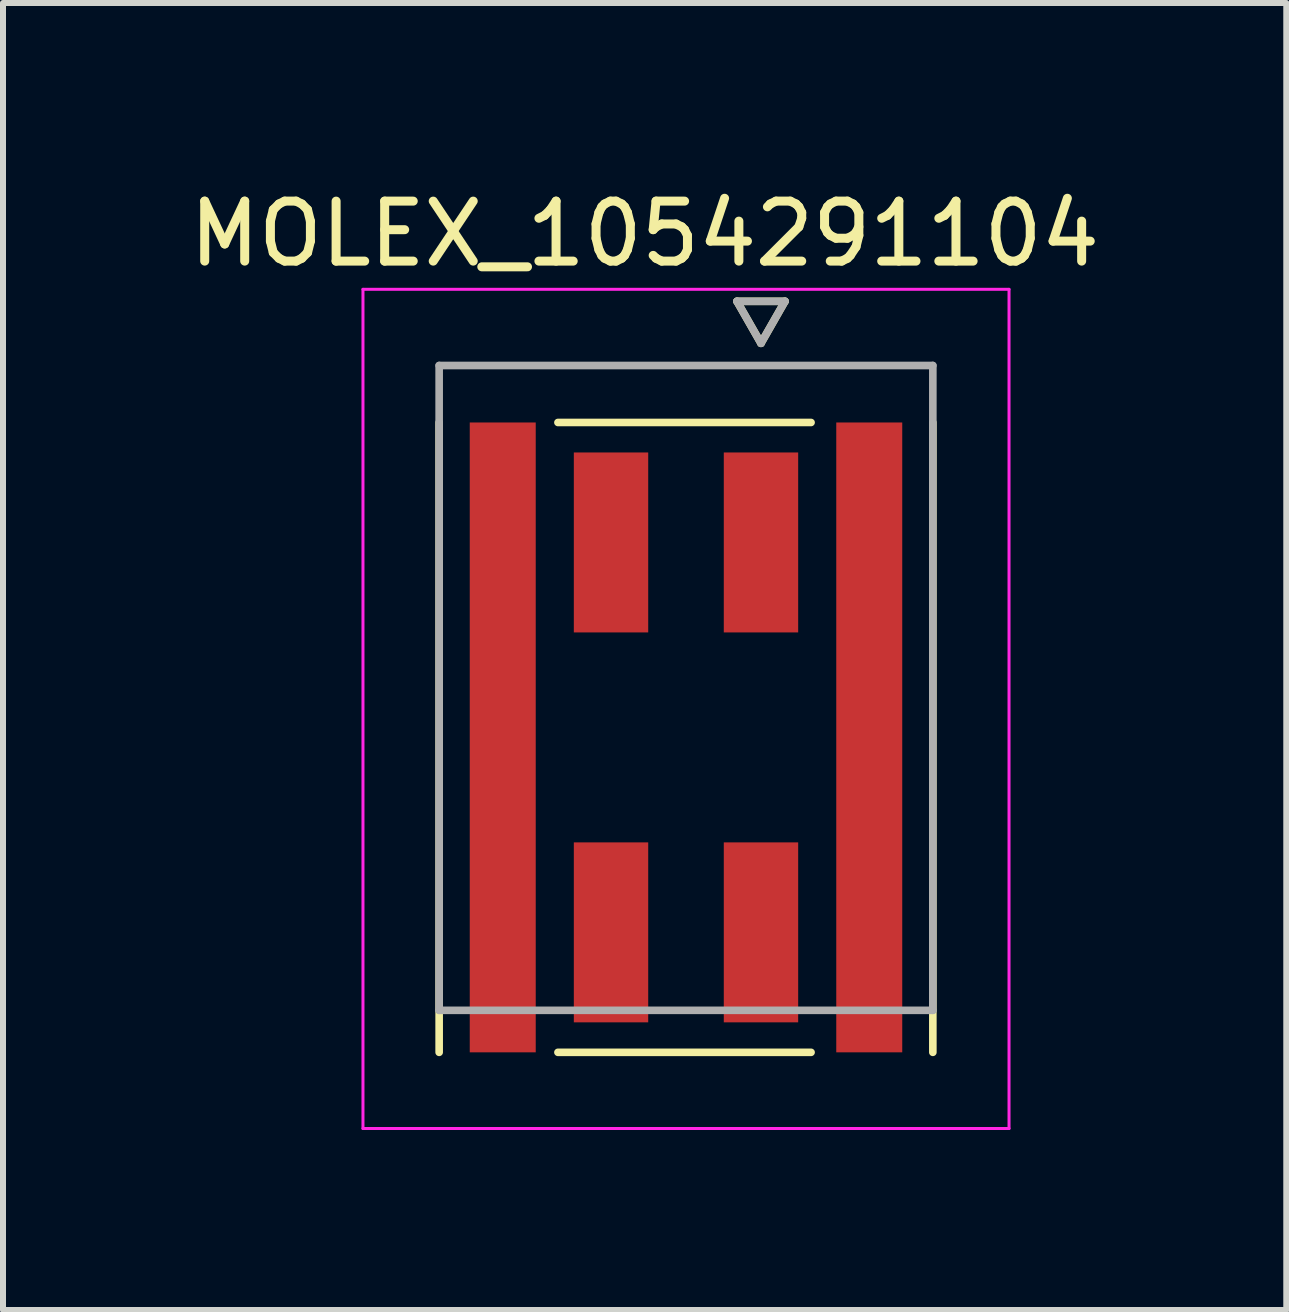
<source format=kicad_pcb>
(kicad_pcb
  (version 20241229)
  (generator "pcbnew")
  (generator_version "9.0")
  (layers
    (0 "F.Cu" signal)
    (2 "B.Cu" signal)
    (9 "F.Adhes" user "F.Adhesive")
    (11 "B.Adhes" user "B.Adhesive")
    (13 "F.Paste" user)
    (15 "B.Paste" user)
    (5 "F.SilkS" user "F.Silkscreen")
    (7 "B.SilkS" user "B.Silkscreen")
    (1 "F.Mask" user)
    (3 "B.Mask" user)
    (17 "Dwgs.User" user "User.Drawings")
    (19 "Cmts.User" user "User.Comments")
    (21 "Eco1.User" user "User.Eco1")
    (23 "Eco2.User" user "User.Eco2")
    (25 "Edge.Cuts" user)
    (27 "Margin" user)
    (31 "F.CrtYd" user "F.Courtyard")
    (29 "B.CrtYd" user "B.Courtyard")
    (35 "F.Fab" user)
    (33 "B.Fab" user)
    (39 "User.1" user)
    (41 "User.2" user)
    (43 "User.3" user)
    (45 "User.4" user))
  (footprint "MOLEX_1054291104"
    (layer "F.Cu")
    (at 8.386 8.768)
    (property "Reference" "MOLEX_1054291104" (at -0.69 -7.92 0) (layer "F.SilkS") (effects (font (size 1 1) (thickness 0.15))))
    (attr smd)
    (fp_poly (pts (xy -3.681 -4.851) (xy -2.429 -4.851) (xy -2.429 5.801) (xy -3.681 5.801)) (stroke (width 0.01) (type solid)) (fill yes) (layer "F.Mask"))
    (fp_poly (pts (xy -1.946 -4.351) (xy -0.554 -4.351) (xy -0.554 -1.199) (xy -1.946 -1.199)) (stroke (width 0.01) (type solid)) (fill yes) (layer "F.Mask"))
    (fp_poly (pts (xy -1.946 2.149) (xy -0.554 2.149) (xy -0.554 5.301) (xy -1.946 5.301)) (stroke (width 0.01) (type solid)) (fill yes) (layer "F.Mask"))
    (fp_poly (pts (xy 0.554 -4.351) (xy 1.946 -4.351) (xy 1.946 -1.199) (xy 0.554 -1.199)) (stroke (width 0.01) (type solid)) (fill yes) (layer "F.Mask"))
    (fp_poly (pts (xy 0.554 2.149) (xy 1.946 2.149) (xy 1.946 5.301) (xy 0.554 5.301)) (stroke (width 0.01) (type solid)) (fill yes) (layer "F.Mask"))
    (fp_poly (pts (xy 2.429 -4.851) (xy 3.681 -4.851) (xy 3.681 5.801) (xy 2.429 5.801)) (stroke (width 0.01) (type solid)) (fill yes) (layer "F.Mask"))
    (fp_line (start -4.115 5.725) (end -4.115 -4.775) (stroke (width 0.127) (type solid)) (layer "F.SilkS"))
    (fp_line (start 0.85 -6.795) (end 1.25 -6.095) (stroke (width 0.127) (type solid)) (layer "F.SilkS"))
    (fp_line (start 1.25 -6.095) (end 1.65 -6.795) (stroke (width 0.127) (type solid)) (layer "F.SilkS"))
    (fp_line (start 1.65 -6.795) (end 0.85 -6.795) (stroke (width 0.127) (type solid)) (layer "F.SilkS"))
    (fp_line (start 2.085 -4.775) (end -2.135 -4.775) (stroke (width 0.127) (type solid)) (layer "F.SilkS"))
    (fp_line (start 2.085 5.725) (end -2.135 5.725) (stroke (width 0.127) (type solid)) (layer "F.SilkS"))
    (fp_line (start 4.115 -4.775) (end 4.115 5.725) (stroke (width 0.127) (type solid)) (layer "F.SilkS"))
    (fp_line (start -5.385 -6.995) (end 5.385 -6.995) (stroke (width 0.05) (type solid)) (layer "F.CrtYd"))
    (fp_line (start -5.385 6.995) (end -5.385 -6.995) (stroke (width 0.05) (type solid)) (layer "F.CrtYd"))
    (fp_line (start -5.385 6.995) (end 5.385 6.995) (stroke (width 0.05) (type solid)) (layer "F.CrtYd"))
    (fp_line (start 5.385 -6.995) (end 5.385 6.995) (stroke (width 0.05) (type solid)) (layer "F.CrtYd"))
    (fp_line (start -4.115 -5.725) (end 4.115 -5.725) (stroke (width 0.127) (type solid)) (layer "F.Fab"))
    (fp_line (start -4.115 5.025) (end -4.115 -5.725) (stroke (width 0.127) (type solid)) (layer "F.Fab"))
    (fp_line (start 0.85 -6.795) (end 1.25 -6.095) (stroke (width 0.127) (type solid)) (layer "F.Fab"))
    (fp_line (start 1.25 -6.095) (end 1.65 -6.795) (stroke (width 0.127) (type solid)) (layer "F.Fab"))
    (fp_line (start 1.65 -6.795) (end 0.85 -6.795) (stroke (width 0.127) (type solid)) (layer "F.Fab"))
    (fp_line (start 4.115 -5.725) (end 4.115 5.025) (stroke (width 0.127) (type solid)) (layer "F.Fab"))
    (fp_line (start 4.115 5.025) (end -4.115 5.025) (stroke (width 0.127) (type solid)) (layer "F.Fab"))
    (pad "1" smd rect (at 1.25 -2.775) (size 1.24 3) (layers "F.Cu" "F.Paste"))
    (pad "2" smd rect (at -1.25 -2.775) (size 1.24 3) (layers "F.Cu" "F.Paste"))
    (pad "3" smd rect (at 1.25 3.725) (size 1.24 3) (layers "F.Cu" "F.Paste"))
    (pad "4" smd rect (at -1.25 3.725) (size 1.24 3) (layers "F.Cu" "F.Paste"))
    (pad "S1" smd rect (at -3.055 0.475) (size 1.1 10.5) (layers "F.Cu" "F.Paste"))
    (pad "S2" smd rect (at 3.055 0.475) (size 1.1 10.5) (layers "F.Cu" "F.Paste")))
  (gr_rect
    (start -3 -3)
    (end 18.393 18.788)
    (stroke (width 0.1) (type default))
    (fill no)
    (layer "Edge.Cuts")))
</source>
